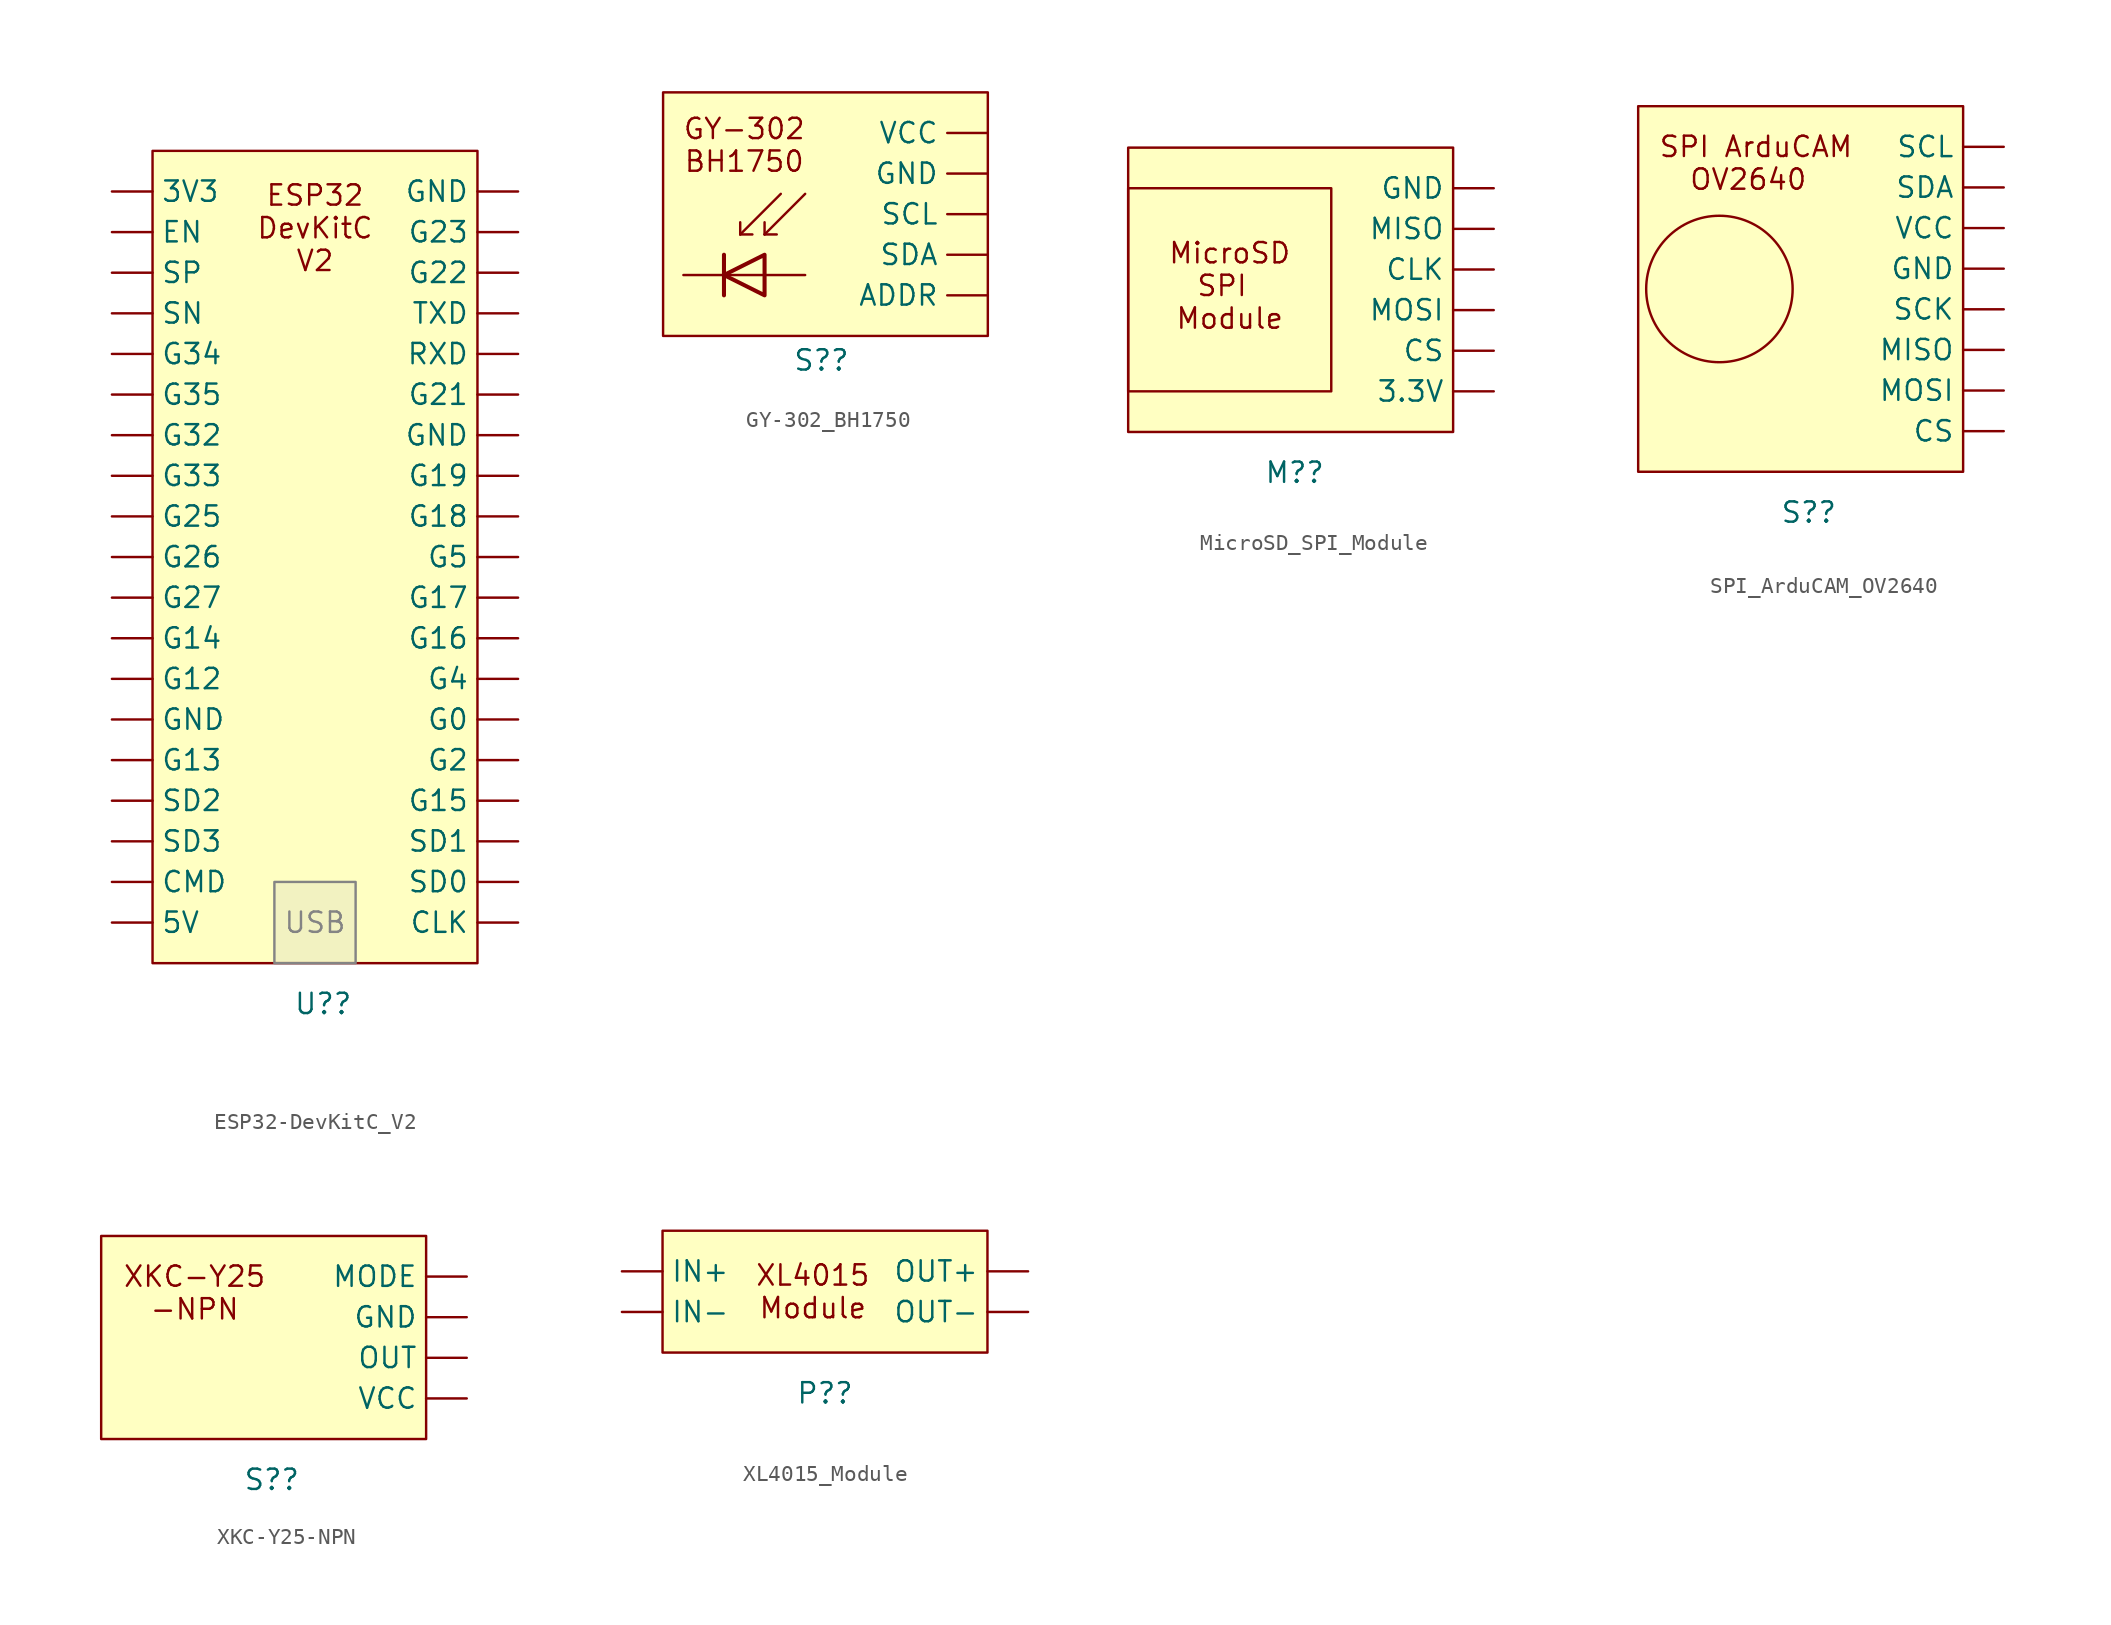
<source format=kicad_sym>
(kicad_symbol_lib
  (version 20241209)
  (generator "kicad_symbol_editor")
  (generator_version "9.0")
  (symbol "ESP32-DevKitC_V2"
    (pin_numbers
      (hide yes))
    (property "Reference" "U?"
      (at 0.508 -27.94 0)
      (effects (font (size 1.27 1.27))))
    (property "Value" ""
      (at 0 0 0)
      (effects (font (size 1.27 1.27))))
    (symbol "ESP32-DevKitC_V2_1_1"
      (rectangle (start -10.16 25.4) (end 10.16 -25.4) (stroke (width 0) (type solid)) (fill (type background)))
      (rectangle (start -2.54 -20.32) (end 2.54 -25.4) (stroke (width 0) (type solid) (color 132 132 132 1)) (fill (type color) (color 194 194 194 0.2)))
      (text "ESP32\nDevKitC\nV2\n" (at 0 20.574 0) (effects (font (size 1.27 1.27))))
      (text "USB" (at 0 -22.86 0) (effects (font (size 1.27 1.27) (color 132 132 132 1))))
      (pin power_out line (at -12.7 22.86 0) (length 2.54) (name "3V3" (effects (font (size 1.27 1.27)))) (number "1" (effects (font (size 1.27 1.27)))))
      (pin input line (at -12.7 20.32 0) (length 2.54) (name "EN" (effects (font (size 1.27 1.27)))) (number "2" (effects (font (size 1.27 1.27)))))
      (pin input line (at -12.7 17.78 0) (length 2.54) (name "SP" (effects (font (size 1.27 1.27)))) (number "3" (effects (font (size 1.27 1.27)))))
      (pin input line (at -12.7 15.24 0) (length 2.54) (name "SN" (effects (font (size 1.27 1.27)))) (number "4" (effects (font (size 1.27 1.27)))))
      (pin input line (at -12.7 12.7 0) (length 2.54) (name "G34" (effects (font (size 1.27 1.27)))) (number "5" (effects (font (size 1.27 1.27)))))
      (pin input line (at -12.7 10.16 0) (length 2.54) (name "G35" (effects (font (size 1.27 1.27)))) (number "6" (effects (font (size 1.27 1.27)))))
      (pin bidirectional line (at -12.7 7.62 0) (length 2.54) (name "G32" (effects (font (size 1.27 1.27)))) (number "7" (effects (font (size 1.27 1.27)))))
      (pin bidirectional line (at -12.7 5.08 0) (length 2.54) (name "G33" (effects (font (size 1.27 1.27)))) (number "8" (effects (font (size 1.27 1.27)))))
      (pin bidirectional line (at -12.7 2.54 0) (length 2.54) (name "G25" (effects (font (size 1.27 1.27)))) (number "9" (effects (font (size 1.27 1.27)))))
      (pin bidirectional line (at -12.7 0 0) (length 2.54) (name "G26" (effects (font (size 1.27 1.27)))) (number "10" (effects (font (size 1.27 1.27)))))
      (pin bidirectional line (at -12.7 -2.54 0) (length 2.54) (name "G27" (effects (font (size 1.27 1.27)))) (number "11" (effects (font (size 1.27 1.27)))))
      (pin bidirectional line (at -12.7 -5.08 0) (length 2.54) (name "G14" (effects (font (size 1.27 1.27)))) (number "12" (effects (font (size 1.27 1.27)))))
      (pin bidirectional line (at -12.7 -7.62 0) (length 2.54) (name "G12" (effects (font (size 1.27 1.27)))) (number "13" (effects (font (size 1.27 1.27)))))
      (pin power_in line (at -12.7 -10.16 0) (length 2.54) (name "GND" (effects (font (size 1.27 1.27)))) (number "14" (effects (font (size 1.27 1.27)))))
      (pin bidirectional line (at -12.7 -12.7 0) (length 2.54) (name "G13" (effects (font (size 1.27 1.27)))) (number "15" (effects (font (size 1.27 1.27)))))
      (pin bidirectional line (at -12.7 -15.24 0) (length 2.54) (name "SD2" (effects (font (size 1.27 1.27)))) (number "16" (effects (font (size 1.27 1.27)))))
      (pin bidirectional line (at -12.7 -17.78 0) (length 2.54) (name "SD3" (effects (font (size 1.27 1.27)))) (number "17" (effects (font (size 1.27 1.27)))))
      (pin bidirectional line (at -12.7 -20.32 0) (length 2.54) (name "CMD" (effects (font (size 1.27 1.27)))) (number "18" (effects (font (size 1.27 1.27)))))
      (pin power_in line (at -12.7 -22.86 0) (length 2.54) (name "5V" (effects (font (size 1.27 1.27)))) (number "19" (effects (font (size 1.27 1.27)))))
      (pin power_in line (at 12.7 22.86 180) (length 2.54) (name "GND" (effects (font (size 1.27 1.27)))) (number "38" (effects (font (size 1.27 1.27)))))
      (pin bidirectional line (at 12.7 20.32 180) (length 2.54) (name "G23" (effects (font (size 1.27 1.27)))) (number "37" (effects (font (size 1.27 1.27)))))
      (pin bidirectional line (at 12.7 17.78 180) (length 2.54) (name "G22" (effects (font (size 1.27 1.27)))) (number "36" (effects (font (size 1.27 1.27)))))
      (pin bidirectional line (at 12.7 15.24 180) (length 2.54) (name "TXD" (effects (font (size 1.27 1.27)))) (number "35" (effects (font (size 1.27 1.27)))))
      (pin bidirectional line (at 12.7 12.7 180) (length 2.54) (name "RXD" (effects (font (size 1.27 1.27)))) (number "34" (effects (font (size 1.27 1.27)))))
      (pin bidirectional line (at 12.7 10.16 180) (length 2.54) (name "G21" (effects (font (size 1.27 1.27)))) (number "33" (effects (font (size 1.27 1.27)))))
      (pin power_in line (at 12.7 7.62 180) (length 2.54) (name "GND" (effects (font (size 1.27 1.27)))) (number "32" (effects (font (size 1.27 1.27)))))
      (pin bidirectional line (at 12.7 5.08 180) (length 2.54) (name "G19" (effects (font (size 1.27 1.27)))) (number "31" (effects (font (size 1.27 1.27)))))
      (pin bidirectional line (at 12.7 2.54 180) (length 2.54) (name "G18" (effects (font (size 1.27 1.27)))) (number "30" (effects (font (size 1.27 1.27)))))
      (pin bidirectional line (at 12.7 0 180) (length 2.54) (name "G5" (effects (font (size 1.27 1.27)))) (number "29" (effects (font (size 1.27 1.27)))))
      (pin bidirectional line (at 12.7 -2.54 180) (length 2.54) (name "G17" (effects (font (size 1.27 1.27)))) (number "28" (effects (font (size 1.27 1.27)))))
      (pin bidirectional line (at 12.7 -5.08 180) (length 2.54) (name "G16" (effects (font (size 1.27 1.27)))) (number "27" (effects (font (size 1.27 1.27)))))
      (pin bidirectional line (at 12.7 -7.62 180) (length 2.54) (name "G4" (effects (font (size 1.27 1.27)))) (number "26" (effects (font (size 1.27 1.27)))))
      (pin bidirectional line (at 12.7 -10.16 180) (length 2.54) (name "G0" (effects (font (size 1.27 1.27)))) (number "25" (effects (font (size 1.27 1.27)))))
      (pin bidirectional line (at 12.7 -12.7 180) (length 2.54) (name "G2" (effects (font (size 1.27 1.27)))) (number "24" (effects (font (size 1.27 1.27)))))
      (pin bidirectional line (at 12.7 -15.24 180) (length 2.54) (name "G15" (effects (font (size 1.27 1.27)))) (number "23" (effects (font (size 1.27 1.27)))))
      (pin bidirectional line (at 12.7 -17.78 180) (length 2.54) (name "SD1" (effects (font (size 1.27 1.27)))) (number "22" (effects (font (size 1.27 1.27)))))
      (pin bidirectional line (at 12.7 -20.32 180) (length 2.54) (name "SD0" (effects (font (size 1.27 1.27)))) (number "21" (effects (font (size 1.27 1.27)))))
      (pin bidirectional line (at 12.7 -22.86 180) (length 2.54) (name "CLK" (effects (font (size 1.27 1.27)))) (number "20" (effects (font (size 1.27 1.27)))))))
  (symbol "GY-302_BH1750"
    (pin_numbers
      (hide yes))
    (property "Reference" "S?"
      (at -0.254 -9.144 0)
      (effects (font (size 1.27 1.27))))
    (property "Value" ""
      (at 0 0 0)
      (effects (font (size 1.27 1.27))))
    (symbol "GY-302_BH1750_0_1"
      (polyline (pts (xy -6.35 -2.54) (xy -6.35 -5.08)) (stroke (width 0.254) (type default)) (fill (type none)))
      (polyline (pts (xy -5.334 -1.27) (xy -5.334 -0.508)) (stroke (width 0) (type default)) (fill (type none)))
      (polyline (pts (xy -5.334 -1.27) (xy -4.572 -1.27)) (stroke (width 0) (type default)) (fill (type none)))
      (polyline (pts (xy -5.334 -1.27) (xy -2.794 1.27)) (stroke (width 0) (type default)) (fill (type none)))
      (polyline (pts (xy -3.81 -1.27) (xy -3.81 -0.508)) (stroke (width 0) (type default)) (fill (type none)))
      (polyline (pts (xy -3.81 -1.27) (xy -3.048 -1.27)) (stroke (width 0) (type default)) (fill (type none)))
      (polyline (pts (xy -3.81 -1.27) (xy -1.27 1.27)) (stroke (width 0) (type default)) (fill (type none)))
      (polyline (pts (xy -3.81 -2.54) (xy -3.81 -5.08) (xy -6.35 -3.81) (xy -3.81 -2.54)) (stroke (width 0.254) (type default)) (fill (type none)))
      (polyline (pts (xy -1.27 -3.81) (xy -8.89 -3.81)) (stroke (width 0) (type default)) (fill (type none))))
    (symbol "GY-302_BH1750_1_1"
      (rectangle (start -10.16 7.62) (end 10.16 -7.62) (stroke (width 0) (type solid)) (fill (type background)))
      (text "GY-302\nBH1750" (at -5.08 4.318 0) (effects (font (size 1.27 1.27))))
      (pin power_in line (at 10.16 5.08 180) (length 2.54) (name "VCC" (effects (font (size 1.27 1.27)))) (number "1" (effects (font (size 1.27 1.27)))))
      (pin power_in line (at 10.16 2.54 180) (length 2.54) (name "GND" (effects (font (size 1.27 1.27)))) (number "2" (effects (font (size 1.27 1.27)))))
      (pin input line (at 10.16 0 180) (length 2.54) (name "SCL" (effects (font (size 1.27 1.27)))) (number "3" (effects (font (size 1.27 1.27)))))
      (pin bidirectional line (at 10.16 -2.54 180) (length 2.54) (name "SDA" (effects (font (size 1.27 1.27)))) (number "4" (effects (font (size 1.27 1.27)))))
      (pin input line (at 10.16 -5.08 180) (length 2.54) (name "ADDR" (effects (font (size 1.27 1.27)))) (number "5" (effects (font (size 1.27 1.27)))))))
  (symbol "MicroSD_SPI_Module"
    (pin_numbers
      (hide yes))
    (property "Reference" "M?"
      (at 0.254 -22.86 0)
      (effects (font (size 1.27 1.27))))
    (property "Value" ""
      (at 0 0 0)
      (effects (font (size 1.27 1.27))))
    (symbol "MicroSD_SPI_Module_1_1"
      (rectangle (start -10.16 -2.54) (end 10.16 -20.32) (stroke (width 0) (type solid)) (fill (type background)))
      (rectangle (start -10.16 -5.08) (end 2.54 -17.78) (stroke (width 0) (type solid)) (fill (type none)))
      (text "MicroSD\nSPI \nModule" (at -3.81 -11.176 0) (effects (font (size 1.27 1.27))))
      (pin power_in line (at 12.7 -5.08 180) (length 2.54) (name "GND" (effects (font (size 1.27 1.27)))) (number "6" (effects (font (size 1.27 1.27)))))
      (pin output line (at 12.7 -7.62 180) (length 2.54) (name "MISO" (effects (font (size 1.27 1.27)))) (number "5" (effects (font (size 1.27 1.27)))))
      (pin input line (at 12.7 -10.16 180) (length 2.54) (name "CLK" (effects (font (size 1.27 1.27)))) (number "4" (effects (font (size 1.27 1.27)))))
      (pin input line (at 12.7 -12.7 180) (length 2.54) (name "MOSI" (effects (font (size 1.27 1.27)))) (number "3" (effects (font (size 1.27 1.27)))))
      (pin input line (at 12.7 -15.24 180) (length 2.54) (name "CS" (effects (font (size 1.27 1.27)))) (number "2" (effects (font (size 1.27 1.27)))))
      (pin power_in line (at 12.7 -17.78 180) (length 2.54) (name "3.3V" (effects (font (size 1.27 1.27)))) (number "1" (effects (font (size 1.27 1.27)))))))
  (symbol "SPI_ArduCAM_OV2640"
    (pin_numbers
      (hide yes))
    (property "Reference" "S?"
      (at 0.508 -15.24 0)
      (effects (font (size 1.27 1.27))))
    (property "Value" ""
      (at 0 2.54 0)
      (effects (font (size 1.27 1.27))))
    (symbol "SPI_ArduCAM_OV2640_0_1"
      (circle (center -5.08 -1.27) (radius 4.579) (stroke (width 0) (type default)) (fill (type none))))
    (symbol "SPI_ArduCAM_OV2640_1_1"
      (rectangle (start -10.16 10.16) (end 10.16 -12.7) (stroke (width 0) (type solid)) (fill (type background)))
      (text "SPI ArduCAM\nOV2640 " (at -2.794 6.604 0) (effects (font (size 1.27 1.27))))
      (pin input line (at 12.7 7.62 180) (length 2.54) (name "SCL" (effects (font (size 1.27 1.27)))) (number "8" (effects (font (size 1.27 1.27)))))
      (pin bidirectional line (at 12.7 5.08 180) (length 2.54) (name "SDA" (effects (font (size 1.27 1.27)))) (number "7" (effects (font (size 1.27 1.27)))))
      (pin power_in line (at 12.7 2.54 180) (length 2.54) (name "VCC" (effects (font (size 1.27 1.27)))) (number "6" (effects (font (size 1.27 1.27)))))
      (pin power_in line (at 12.7 0 180) (length 2.54) (name "GND" (effects (font (size 1.27 1.27)))) (number "5" (effects (font (size 1.27 1.27)))))
      (pin input line (at 12.7 -2.54 180) (length 2.54) (name "SCK" (effects (font (size 1.27 1.27)))) (number "4" (effects (font (size 1.27 1.27)))))
      (pin output line (at 12.7 -5.08 180) (length 2.54) (name "MISO" (effects (font (size 1.27 1.27)))) (number "3" (effects (font (size 1.27 1.27)))))
      (pin input line (at 12.7 -7.62 180) (length 2.54) (name "MOSI" (effects (font (size 1.27 1.27)))) (number "2" (effects (font (size 1.27 1.27)))))
      (pin input line (at 12.7 -10.16 180) (length 2.54) (name "CS" (effects (font (size 1.27 1.27)))) (number "1" (effects (font (size 1.27 1.27)))))))
  (symbol "XKC-Y25-NPN"
    (pin_numbers
      (hide yes))
    (property "Reference" "S?"
      (at 0.508 -7.62 0)
      (effects (font (size 1.27 1.27))))
    (property "Value" ""
      (at 0 0 0)
      (effects (font (size 1.27 1.27))))
    (symbol "XKC-Y25-NPN_1_1"
      (rectangle (start -10.16 7.62) (end 10.16 -5.08) (stroke (width 0) (type solid)) (fill (type background)))
      (text "XKC-Y25\n-NPN" (at -4.318 4.064 0) (effects (font (size 1.27 1.27))))
      (pin passive line (at 12.7 5.08 180) (length 2.54) (name "MODE" (effects (font (size 1.27 1.27)))) (number "4" (effects (font (size 1.27 1.27)))))
      (pin power_in line (at 12.7 2.54 180) (length 2.54) (name "GND" (effects (font (size 1.27 1.27)))) (number "3" (effects (font (size 1.27 1.27)))))
      (pin output line (at 12.7 0 180) (length 2.54) (name "OUT" (effects (font (size 1.27 1.27)))) (number "2" (effects (font (size 1.27 1.27)))))
      (pin power_in line (at 12.7 -2.54 180) (length 2.54) (name "VCC" (effects (font (size 1.27 1.27)))) (number "1" (effects (font (size 1.27 1.27)))))))
  (symbol "XL4015_Module"
    (pin_numbers
      (hide yes))
    (property "Reference" "P?"
      (at 0 2.54 0)
      (effects (font (size 1.27 1.27))))
    (property "Value" ""
      (at 0 0 0)
      (effects (font (size 1.27 1.27))))
    (symbol "XL4015_Module_1_1"
      (rectangle (start -10.16 12.7) (end 10.16 5.08) (stroke (width 0) (type solid)) (fill (type background)))
      (text "XL4015\nModule\n" (at -0.762 8.89 0) (effects (font (size 1.27 1.27))))
      (pin power_in line (at -12.7 10.16 0) (length 2.54) (name "IN+" (effects (font (size 1.27 1.27)))) (number "1" (effects (font (size 1.27 1.27)))))
      (pin power_in line (at -12.7 7.62 0) (length 2.54) (name "IN-" (effects (font (size 1.27 1.27)))) (number "2" (effects (font (size 1.27 1.27)))))
      (pin power_out line (at 12.7 10.16 180) (length 2.54) (name "OUT+" (effects (font (size 1.27 1.27)))) (number "3" (effects (font (size 1.27 1.27)))))
      (pin power_out line (at 12.7 7.62 180) (length 2.54) (name "OUT-" (effects (font (size 1.27 1.27)))) (number "4" (effects (font (size 1.27 1.27))))))))
</source>
